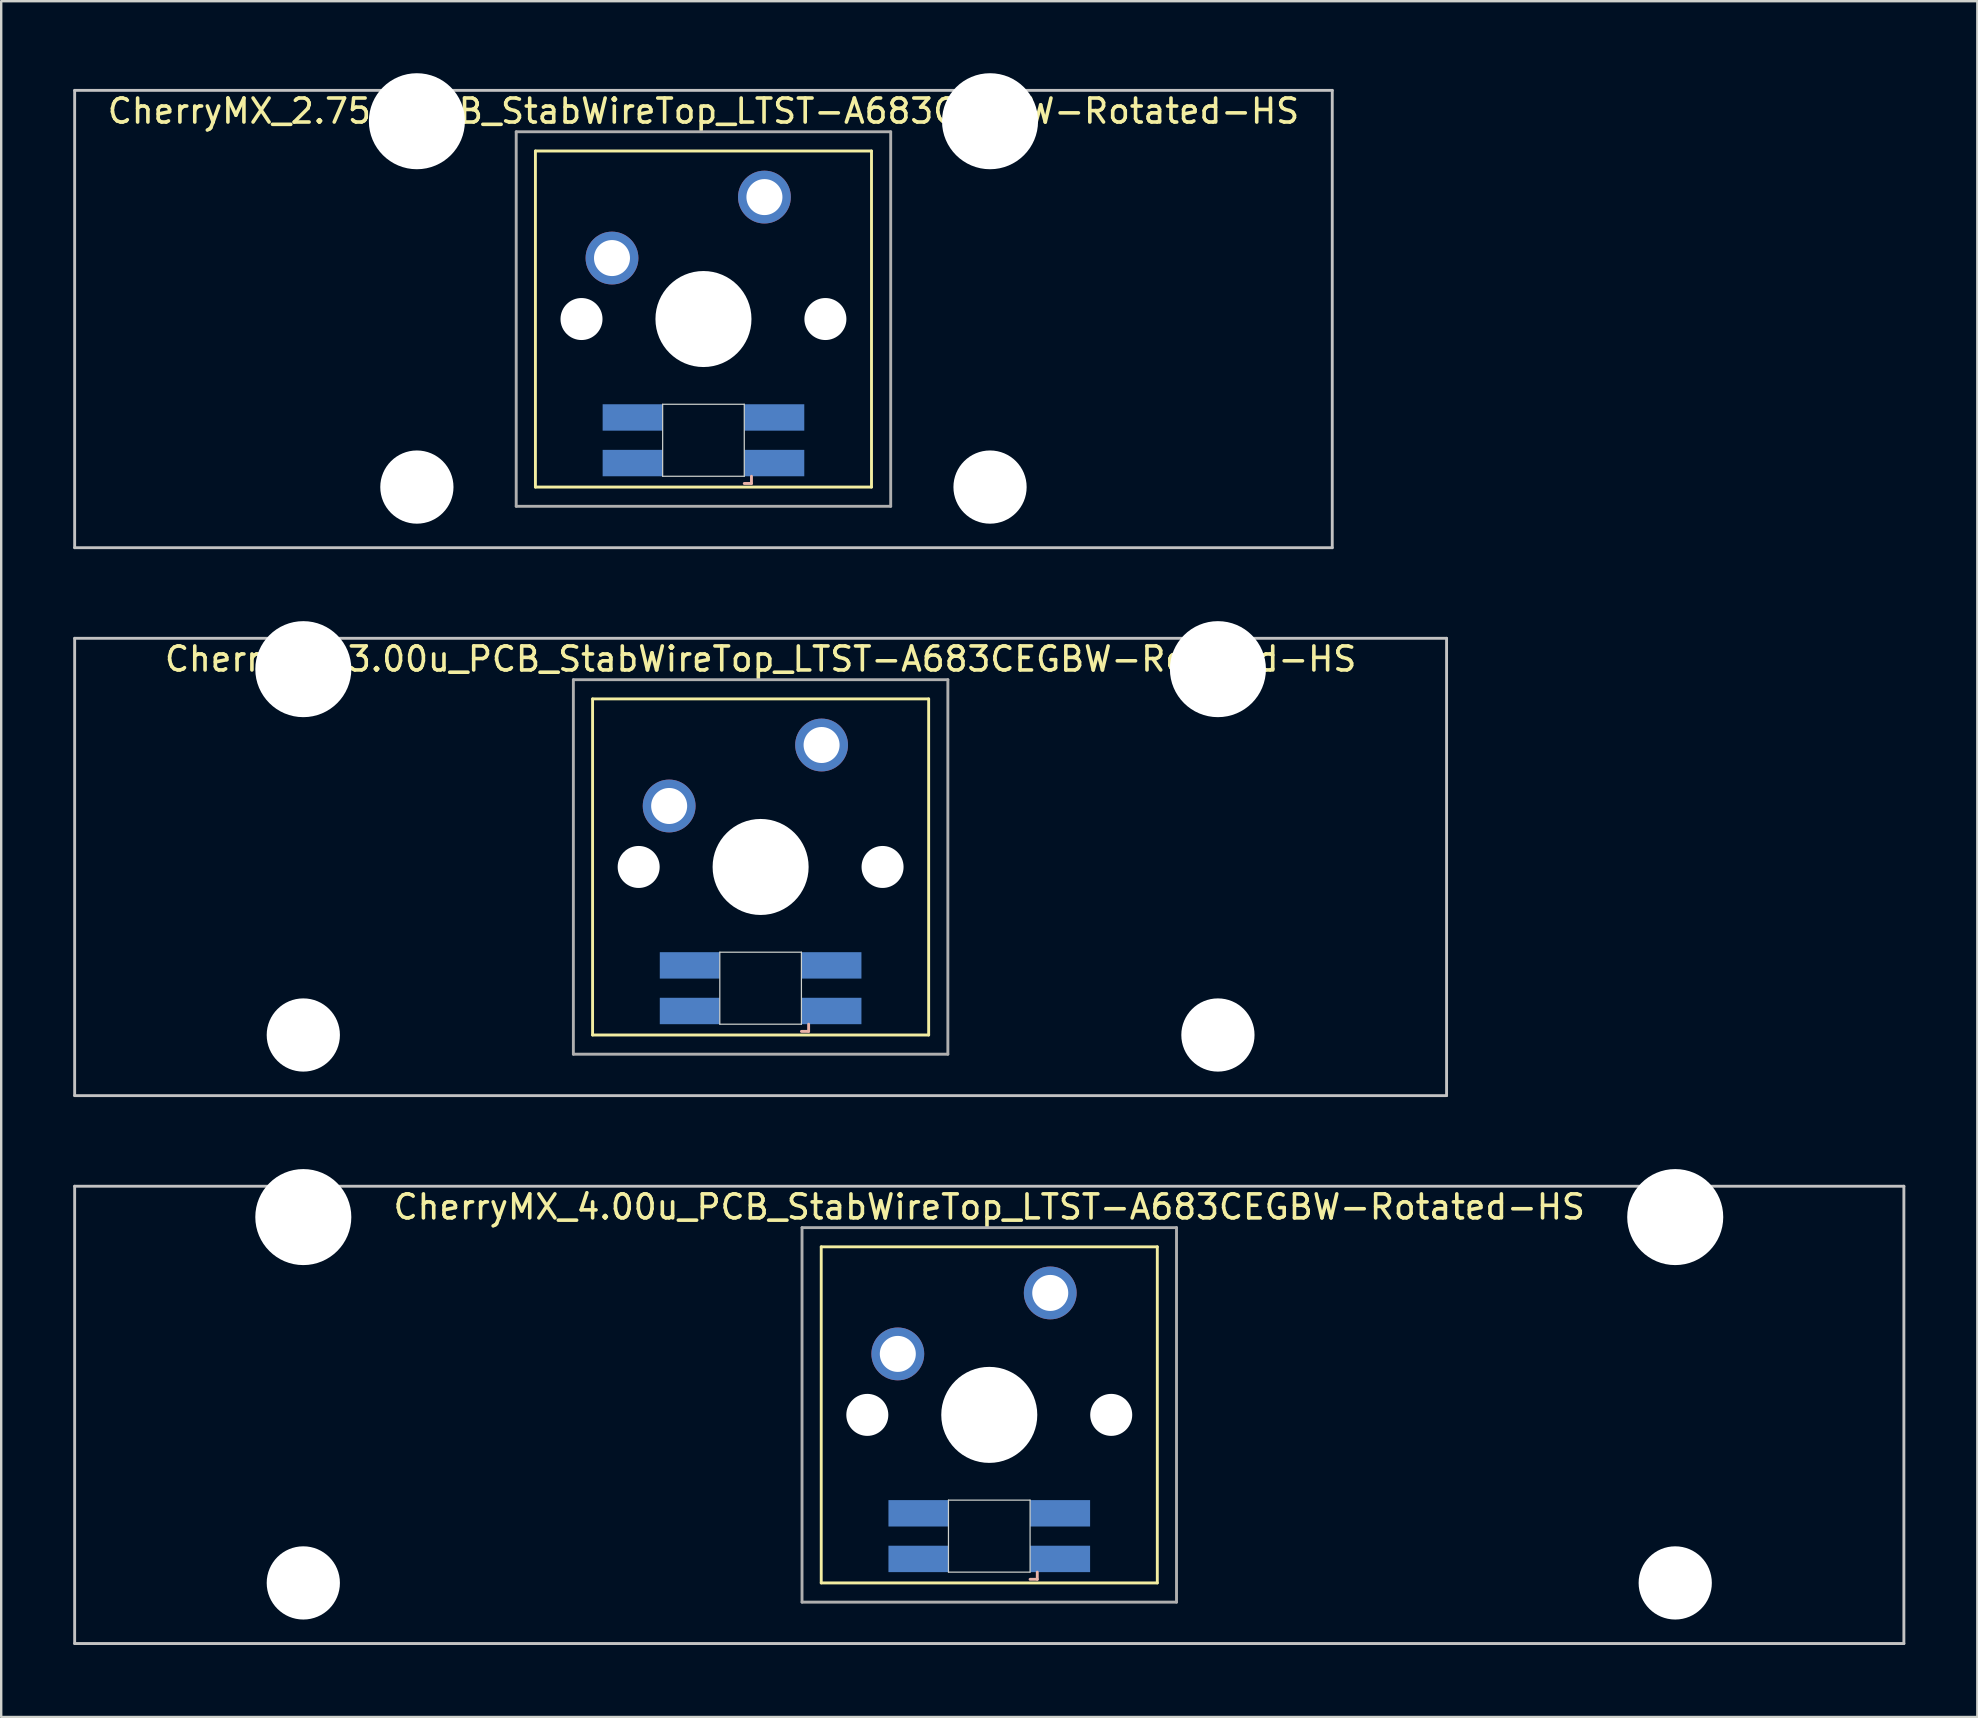
<source format=kicad_pcb>
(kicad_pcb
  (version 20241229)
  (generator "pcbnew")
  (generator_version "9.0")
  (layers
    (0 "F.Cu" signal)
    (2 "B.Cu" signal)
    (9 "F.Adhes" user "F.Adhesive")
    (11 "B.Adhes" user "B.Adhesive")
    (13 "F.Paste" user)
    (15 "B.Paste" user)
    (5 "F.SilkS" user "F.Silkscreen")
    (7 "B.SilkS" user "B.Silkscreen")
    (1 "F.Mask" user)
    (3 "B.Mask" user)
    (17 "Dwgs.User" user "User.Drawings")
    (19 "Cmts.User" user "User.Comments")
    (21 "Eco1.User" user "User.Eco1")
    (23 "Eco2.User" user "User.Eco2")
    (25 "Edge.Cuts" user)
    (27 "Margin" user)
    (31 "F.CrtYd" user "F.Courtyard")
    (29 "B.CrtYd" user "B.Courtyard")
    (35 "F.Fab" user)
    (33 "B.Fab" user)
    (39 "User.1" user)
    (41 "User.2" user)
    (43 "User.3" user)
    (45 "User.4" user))
  (footprint "CherryMX_4.00u_PCB_StabWireTop_LTST-A683CEGBW-Rotated-HS"
    (layer "F.Cu")
    (at 38.16 55.89)
    (property "Reference" "CherryMX_4.00u_PCB_StabWireTop_LTST-A683CEGBW-Rotated-HS" (at 0 -8.662 0) (layer "F.SilkS") (effects (font (size 1 1) (thickness 0.15))))
    (attr through_hole)
    (fp_line (start -7 -7) (end -7 7) (stroke (width 0.12) (type solid)) (layer "F.SilkS"))
    (fp_line (start -7 -7) (end 7 -7) (stroke (width 0.12) (type solid)) (layer "F.SilkS"))
    (fp_line (start 7 -7) (end 7 7) (stroke (width 0.12) (type solid)) (layer "F.SilkS"))
    (fp_line (start 7 7) (end -7 7) (stroke (width 0.12) (type solid)) (layer "F.SilkS"))
    (fp_line (start 1.7 6.85) (end 2 6.85) (stroke (width 0.12) (type solid)) (layer "B.SilkS"))
    (fp_line (start 2 6.85) (end 2 6.55) (stroke (width 0.12) (type solid)) (layer "B.SilkS"))
    (fp_line (start -38.1 -9.525) (end 38.1 -9.525) (stroke (width 0.12) (type solid)) (layer "Dwgs.User"))
    (fp_line (start -38.1 9.525) (end -38.1 -9.525) (stroke (width 0.12) (type solid)) (layer "Dwgs.User"))
    (fp_line (start 38.1 -9.525) (end 38.1 9.525) (stroke (width 0.12) (type solid)) (layer "Dwgs.User"))
    (fp_line (start 38.1 9.525) (end -38.1 9.525) (stroke (width 0.12) (type solid)) (layer "Dwgs.User"))
    (fp_line (start -1.7 3.55) (end 1.7 3.55) (stroke (width 0.05) (type solid)) (layer "Edge.Cuts"))
    (fp_line (start -1.7 6.55) (end -1.7 3.55) (stroke (width 0.05) (type solid)) (layer "Edge.Cuts"))
    (fp_line (start 1.7 3.55) (end 1.7 6.55) (stroke (width 0.05) (type solid)) (layer "Edge.Cuts"))
    (fp_line (start 1.7 6.55) (end -1.7 6.55) (stroke (width 0.05) (type solid)) (layer "Edge.Cuts"))
    (fp_line (start -7.8 -7.8) (end -7.8 7.8) (stroke (width 0.12) (type solid)) (layer "F.Fab"))
    (fp_line (start -7.8 -7.8) (end 7.8 -7.8) (stroke (width 0.12) (type solid)) (layer "F.Fab"))
    (fp_line (start -7.8 7.8) (end 7.8 7.8) (stroke (width 0.12) (type solid)) (layer "F.Fab"))
    (fp_line (start 7.8 -7.8) (end 7.8 7.8) (stroke (width 0.12) (type solid)) (layer "F.Fab"))
    (pad "" np_thru_hole circle (at -28.575 -8.24) (size 4 4) (drill 4) (layers "*.Cu" "*.Mask"))
    (pad "" np_thru_hole circle (at -28.575 7) (size 3.05 3.05) (drill 3.05) (layers "*.Cu" "*.Mask"))
    (pad "" np_thru_hole circle (at -5.08 0) (size 1.75 1.75) (drill 1.75) (layers "*.Cu" "*.Mask"))
    (pad "" np_thru_hole circle (at 0 0) (size 4 4) (drill 4) (layers "*.Cu" "*.Mask"))
    (pad "" np_thru_hole circle (at 5.08 0) (size 1.75 1.75) (drill 1.75) (layers "*.Cu" "*.Mask"))
    (pad "" np_thru_hole circle (at 28.575 -8.24) (size 4 4) (drill 4) (layers "*.Cu" "*.Mask"))
    (pad "" np_thru_hole circle (at 28.575 7) (size 3.05 3.05) (drill 3.05) (layers "*.Cu" "*.Mask"))
    (pad "1" thru_hole circle (at -3.81 -2.54) (size 2.2 2.2) (drill 1.5) (layers "*.Cu" "*.Mask"))
    (pad "2" thru_hole circle (at 2.54 -5.08) (size 2.2 2.2) (drill 1.5) (layers "*.Cu" "*.Mask"))
    (pad "3" smd rect (at 2.95 6) (size 2.5 1.1) (layers "B.Cu" "B.Mask" "B.Paste"))
    (pad "4" smd rect (at 2.95 4.1) (size 2.5 1.1) (layers "B.Cu" "B.Mask" "B.Paste"))
    (pad "5" smd rect (at -2.95 6) (size 2.5 1.1) (layers "B.Cu" "B.Mask" "B.Paste"))
    (pad "6" smd rect (at -2.95 4.1) (size 2.5 1.1) (layers "B.Cu" "B.Mask" "B.Paste")))
  (footprint "CherryMX_2.75u_PCB_StabWireTop_LTST-A683CEGBW-Rotated-HS"
    (layer "F.Cu")
    (at 26.254 10.24)
    (property "Reference" "CherryMX_2.75u_PCB_StabWireTop_LTST-A683CEGBW-Rotated-HS" (at 0 -8.662 0) (layer "F.SilkS") (effects (font (size 1 1) (thickness 0.15))))
    (attr through_hole)
    (fp_line (start -7 -7) (end -7 7) (stroke (width 0.12) (type solid)) (layer "F.SilkS"))
    (fp_line (start -7 -7) (end 7 -7) (stroke (width 0.12) (type solid)) (layer "F.SilkS"))
    (fp_line (start 7 -7) (end 7 7) (stroke (width 0.12) (type solid)) (layer "F.SilkS"))
    (fp_line (start 7 7) (end -7 7) (stroke (width 0.12) (type solid)) (layer "F.SilkS"))
    (fp_line (start 1.7 6.85) (end 2 6.85) (stroke (width 0.12) (type solid)) (layer "B.SilkS"))
    (fp_line (start 2 6.85) (end 2 6.55) (stroke (width 0.12) (type solid)) (layer "B.SilkS"))
    (fp_line (start -26.194 -9.525) (end 26.194 -9.525) (stroke (width 0.12) (type solid)) (layer "Dwgs.User"))
    (fp_line (start -26.194 9.525) (end -26.194 -9.525) (stroke (width 0.12) (type solid)) (layer "Dwgs.User"))
    (fp_line (start 26.194 -9.525) (end 26.194 9.525) (stroke (width 0.12) (type solid)) (layer "Dwgs.User"))
    (fp_line (start 26.194 9.525) (end -26.194 9.525) (stroke (width 0.12) (type solid)) (layer "Dwgs.User"))
    (fp_line (start -1.7 3.55) (end 1.7 3.55) (stroke (width 0.05) (type solid)) (layer "Edge.Cuts"))
    (fp_line (start -1.7 6.55) (end -1.7 3.55) (stroke (width 0.05) (type solid)) (layer "Edge.Cuts"))
    (fp_line (start 1.7 3.55) (end 1.7 6.55) (stroke (width 0.05) (type solid)) (layer "Edge.Cuts"))
    (fp_line (start 1.7 6.55) (end -1.7 6.55) (stroke (width 0.05) (type solid)) (layer "Edge.Cuts"))
    (fp_line (start -7.8 -7.8) (end -7.8 7.8) (stroke (width 0.12) (type solid)) (layer "F.Fab"))
    (fp_line (start -7.8 -7.8) (end 7.8 -7.8) (stroke (width 0.12) (type solid)) (layer "F.Fab"))
    (fp_line (start -7.8 7.8) (end 7.8 7.8) (stroke (width 0.12) (type solid)) (layer "F.Fab"))
    (fp_line (start 7.8 -7.8) (end 7.8 7.8) (stroke (width 0.12) (type solid)) (layer "F.Fab"))
    (pad "" np_thru_hole circle (at -11.938 -8.24) (size 4 4) (drill 4) (layers "*.Cu" "*.Mask"))
    (pad "" np_thru_hole circle (at -11.938 7) (size 3.05 3.05) (drill 3.05) (layers "*.Cu" "*.Mask"))
    (pad "" np_thru_hole circle (at -5.08 0) (size 1.75 1.75) (drill 1.75) (layers "*.Cu" "*.Mask"))
    (pad "" np_thru_hole circle (at 0 0) (size 4 4) (drill 4) (layers "*.Cu" "*.Mask"))
    (pad "" np_thru_hole circle (at 5.08 0) (size 1.75 1.75) (drill 1.75) (layers "*.Cu" "*.Mask"))
    (pad "" np_thru_hole circle (at 11.938 -8.24) (size 4 4) (drill 4) (layers "*.Cu" "*.Mask"))
    (pad "" np_thru_hole circle (at 11.938 7) (size 3.05 3.05) (drill 3.05) (layers "*.Cu" "*.Mask"))
    (pad "1" thru_hole circle (at -3.81 -2.54) (size 2.2 2.2) (drill 1.5) (layers "*.Cu" "*.Mask"))
    (pad "2" thru_hole circle (at 2.54 -5.08) (size 2.2 2.2) (drill 1.5) (layers "*.Cu" "*.Mask"))
    (pad "3" smd rect (at 2.95 6) (size 2.5 1.1) (layers "B.Cu" "B.Mask" "B.Paste"))
    (pad "4" smd rect (at 2.95 4.1) (size 2.5 1.1) (layers "B.Cu" "B.Mask" "B.Paste"))
    (pad "5" smd rect (at -2.95 6) (size 2.5 1.1) (layers "B.Cu" "B.Mask" "B.Paste"))
    (pad "6" smd rect (at -2.95 4.1) (size 2.5 1.1) (layers "B.Cu" "B.Mask" "B.Paste")))
  (footprint "CherryMX_3.00u_PCB_StabWireTop_LTST-A683CEGBW-Rotated-HS"
    (layer "F.Cu")
    (at 28.635 33.065)
    (property "Reference" "CherryMX_3.00u_PCB_StabWireTop_LTST-A683CEGBW-Rotated-HS" (at 0 -8.662 0) (layer "F.SilkS") (effects (font (size 1 1) (thickness 0.15))))
    (attr through_hole)
    (fp_line (start -7 -7) (end -7 7) (stroke (width 0.12) (type solid)) (layer "F.SilkS"))
    (fp_line (start -7 -7) (end 7 -7) (stroke (width 0.12) (type solid)) (layer "F.SilkS"))
    (fp_line (start 7 -7) (end 7 7) (stroke (width 0.12) (type solid)) (layer "F.SilkS"))
    (fp_line (start 7 7) (end -7 7) (stroke (width 0.12) (type solid)) (layer "F.SilkS"))
    (fp_line (start 1.7 6.85) (end 2 6.85) (stroke (width 0.12) (type solid)) (layer "B.SilkS"))
    (fp_line (start 2 6.85) (end 2 6.55) (stroke (width 0.12) (type solid)) (layer "B.SilkS"))
    (fp_line (start -28.575 -9.525) (end 28.575 -9.525) (stroke (width 0.12) (type solid)) (layer "Dwgs.User"))
    (fp_line (start -28.575 9.525) (end -28.575 -9.525) (stroke (width 0.12) (type solid)) (layer "Dwgs.User"))
    (fp_line (start 28.575 -9.525) (end 28.575 9.525) (stroke (width 0.12) (type solid)) (layer "Dwgs.User"))
    (fp_line (start 28.575 9.525) (end -28.575 9.525) (stroke (width 0.12) (type solid)) (layer "Dwgs.User"))
    (fp_line (start -1.7 3.55) (end 1.7 3.55) (stroke (width 0.05) (type solid)) (layer "Edge.Cuts"))
    (fp_line (start -1.7 6.55) (end -1.7 3.55) (stroke (width 0.05) (type solid)) (layer "Edge.Cuts"))
    (fp_line (start 1.7 3.55) (end 1.7 6.55) (stroke (width 0.05) (type solid)) (layer "Edge.Cuts"))
    (fp_line (start 1.7 6.55) (end -1.7 6.55) (stroke (width 0.05) (type solid)) (layer "Edge.Cuts"))
    (fp_line (start -7.8 -7.8) (end -7.8 7.8) (stroke (width 0.12) (type solid)) (layer "F.Fab"))
    (fp_line (start -7.8 -7.8) (end 7.8 -7.8) (stroke (width 0.12) (type solid)) (layer "F.Fab"))
    (fp_line (start -7.8 7.8) (end 7.8 7.8) (stroke (width 0.12) (type solid)) (layer "F.Fab"))
    (fp_line (start 7.8 -7.8) (end 7.8 7.8) (stroke (width 0.12) (type solid)) (layer "F.Fab"))
    (pad "" np_thru_hole circle (at -19.05 -8.24) (size 4 4) (drill 4) (layers "*.Cu" "*.Mask"))
    (pad "" np_thru_hole circle (at -19.05 7) (size 3.05 3.05) (drill 3.05) (layers "*.Cu" "*.Mask"))
    (pad "" np_thru_hole circle (at -5.08 0) (size 1.75 1.75) (drill 1.75) (layers "*.Cu" "*.Mask"))
    (pad "" np_thru_hole circle (at 0 0) (size 4 4) (drill 4) (layers "*.Cu" "*.Mask"))
    (pad "" np_thru_hole circle (at 5.08 0) (size 1.75 1.75) (drill 1.75) (layers "*.Cu" "*.Mask"))
    (pad "" np_thru_hole circle (at 19.05 -8.24) (size 4 4) (drill 4) (layers "*.Cu" "*.Mask"))
    (pad "" np_thru_hole circle (at 19.05 7) (size 3.05 3.05) (drill 3.05) (layers "*.Cu" "*.Mask"))
    (pad "1" thru_hole circle (at -3.81 -2.54) (size 2.2 2.2) (drill 1.5) (layers "*.Cu" "*.Mask"))
    (pad "2" thru_hole circle (at 2.54 -5.08) (size 2.2 2.2) (drill 1.5) (layers "*.Cu" "*.Mask"))
    (pad "3" smd rect (at 2.95 6) (size 2.5 1.1) (layers "B.Cu" "B.Mask" "B.Paste"))
    (pad "4" smd rect (at 2.95 4.1) (size 2.5 1.1) (layers "B.Cu" "B.Mask" "B.Paste"))
    (pad "5" smd rect (at -2.95 6) (size 2.5 1.1) (layers "B.Cu" "B.Mask" "B.Paste"))
    (pad "6" smd rect (at -2.95 4.1) (size 2.5 1.1) (layers "B.Cu" "B.Mask" "B.Paste")))
  (gr_rect
    (start -3 -3)
    (end 79.32 68.475)
    (stroke (width 0.1) (type default))
    (fill no)
    (layer "Edge.Cuts")))
</source>
